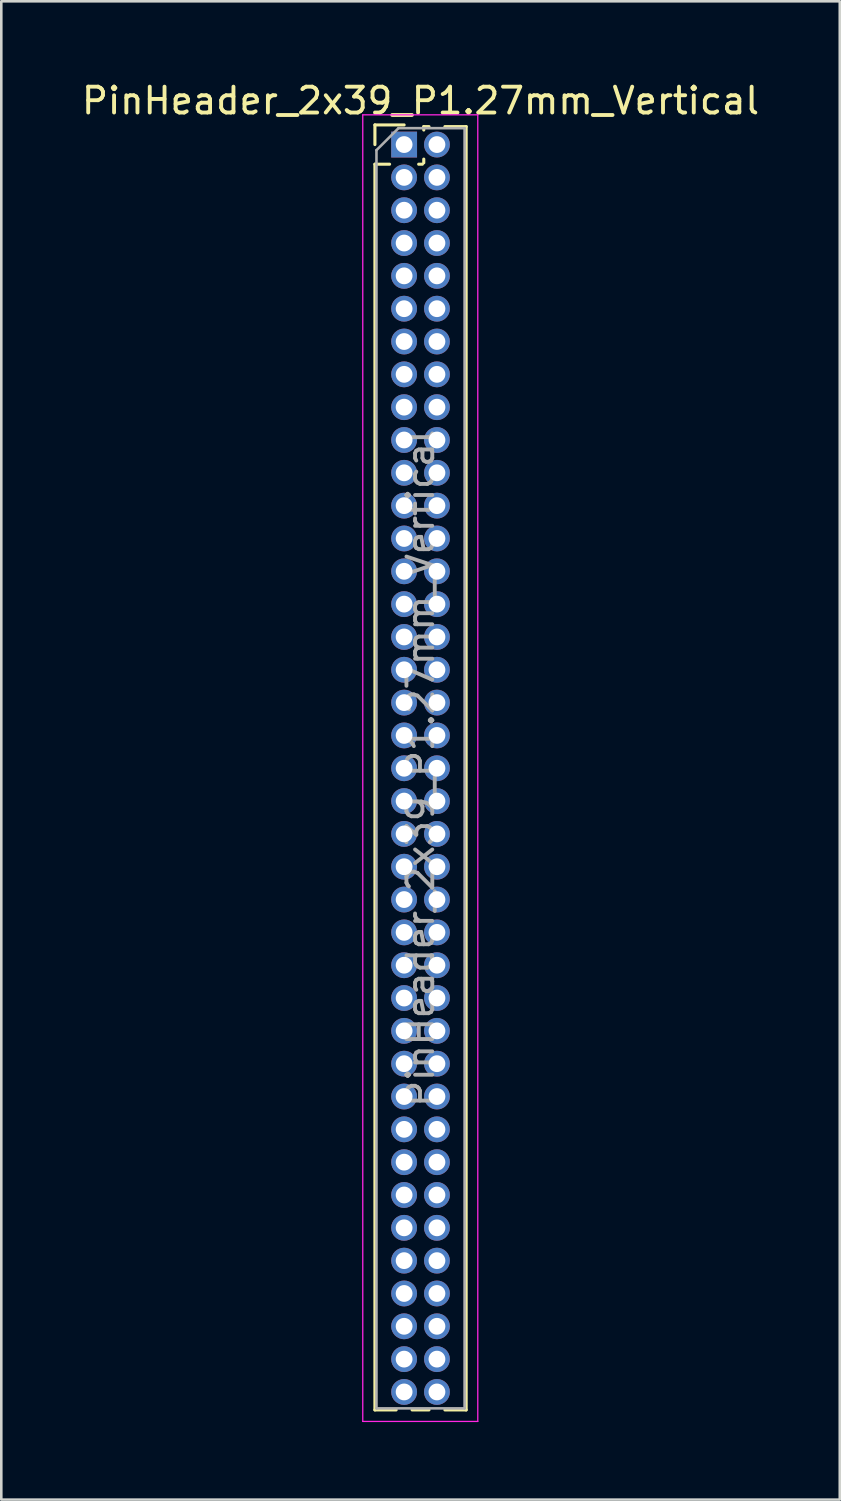
<source format=kicad_pcb>
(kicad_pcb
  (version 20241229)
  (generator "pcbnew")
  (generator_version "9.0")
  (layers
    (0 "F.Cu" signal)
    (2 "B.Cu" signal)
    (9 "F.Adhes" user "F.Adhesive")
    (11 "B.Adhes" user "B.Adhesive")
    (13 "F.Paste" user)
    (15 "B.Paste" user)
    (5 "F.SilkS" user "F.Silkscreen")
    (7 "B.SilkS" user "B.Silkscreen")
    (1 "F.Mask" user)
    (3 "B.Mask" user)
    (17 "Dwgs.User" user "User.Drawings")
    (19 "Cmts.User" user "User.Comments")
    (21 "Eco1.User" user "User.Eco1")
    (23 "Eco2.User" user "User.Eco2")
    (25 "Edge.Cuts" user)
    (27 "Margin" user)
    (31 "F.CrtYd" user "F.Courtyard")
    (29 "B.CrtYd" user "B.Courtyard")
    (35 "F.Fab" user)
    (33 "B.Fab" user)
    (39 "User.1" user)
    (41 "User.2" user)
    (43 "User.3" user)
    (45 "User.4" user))
  (footprint "PinHeader_2x39_P1.27mm_Vertical"
    (layer "F.Cu")
    (at 12.585 2.543)
    (property "Reference" "PinHeader_2x39_P1.27mm_Vertical" (at 0.635 -1.695 0) (layer "F.SilkS") (effects (font (size 1 1) (thickness 0.15))))
    (attr through_hole)
    (fp_line (start -1.13 -0.76) (end 0 -0.76) (stroke (width 0.12) (type solid)) (layer "F.SilkS"))
    (fp_line (start -1.13 0) (end -1.13 -0.76) (stroke (width 0.12) (type solid)) (layer "F.SilkS"))
    (fp_line (start -1.13 0.76) (end -1.13 48.955) (stroke (width 0.12) (type solid)) (layer "F.SilkS"))
    (fp_line (start -1.13 0.76) (end -0.563 0.76) (stroke (width 0.12) (type solid)) (layer "F.SilkS"))
    (fp_line (start -1.13 48.955) (end -0.308 48.955) (stroke (width 0.12) (type solid)) (layer "F.SilkS"))
    (fp_line (start 0.308 48.955) (end 0.962 48.955) (stroke (width 0.12) (type solid)) (layer "F.SilkS"))
    (fp_line (start 0.563 0.76) (end 0.707 0.76) (stroke (width 0.12) (type solid)) (layer "F.SilkS"))
    (fp_line (start 0.76 -0.695) (end 0.962 -0.695) (stroke (width 0.12) (type solid)) (layer "F.SilkS"))
    (fp_line (start 0.76 -0.563) (end 0.76 -0.695) (stroke (width 0.12) (type solid)) (layer "F.SilkS"))
    (fp_line (start 0.76 0.707) (end 0.76 0.563) (stroke (width 0.12) (type solid)) (layer "F.SilkS"))
    (fp_line (start 1.578 -0.695) (end 2.4 -0.695) (stroke (width 0.12) (type solid)) (layer "F.SilkS"))
    (fp_line (start 1.578 48.955) (end 2.4 48.955) (stroke (width 0.12) (type solid)) (layer "F.SilkS"))
    (fp_line (start 2.4 -0.695) (end 2.4 48.955) (stroke (width 0.12) (type solid)) (layer "F.SilkS"))
    (fp_line (start -1.6 -1.15) (end -1.6 49.4) (stroke (width 0.05) (type solid)) (layer "F.CrtYd"))
    (fp_line (start -1.6 49.4) (end 2.85 49.4) (stroke (width 0.05) (type solid)) (layer "F.CrtYd"))
    (fp_line (start 2.85 -1.15) (end -1.6 -1.15) (stroke (width 0.05) (type solid)) (layer "F.CrtYd"))
    (fp_line (start 2.85 49.4) (end 2.85 -1.15) (stroke (width 0.05) (type solid)) (layer "F.CrtYd"))
    (fp_line (start -1.07 0.217) (end -0.217 -0.635) (stroke (width 0.1) (type solid)) (layer "F.Fab"))
    (fp_line (start -1.07 48.895) (end -1.07 0.217) (stroke (width 0.1) (type solid)) (layer "F.Fab"))
    (fp_line (start -0.217 -0.635) (end 2.34 -0.635) (stroke (width 0.1) (type solid)) (layer "F.Fab"))
    (fp_line (start 2.34 -0.635) (end 2.34 48.895) (stroke (width 0.1) (type solid)) (layer "F.Fab"))
    (fp_line (start 2.34 48.895) (end -1.07 48.895) (stroke (width 0.1) (type solid)) (layer "F.Fab"))
    (fp_text user "${REFERENCE}" (at 0.635 24.13 90) (layer "F.Fab") (effects (font (size 1 1) (thickness 0.15))))
    (pad "1" thru_hole rect (at 0 0) (size 1 1) (drill 0.65) (layers "*.Cu" "*.Mask"))
    (pad "2" thru_hole oval (at 1.27 0) (size 1 1) (drill 0.65) (layers "*.Cu" "*.Mask"))
    (pad "3" thru_hole oval (at 0 1.27) (size 1 1) (drill 0.65) (layers "*.Cu" "*.Mask"))
    (pad "4" thru_hole oval (at 1.27 1.27) (size 1 1) (drill 0.65) (layers "*.Cu" "*.Mask"))
    (pad "5" thru_hole oval (at 0 2.54) (size 1 1) (drill 0.65) (layers "*.Cu" "*.Mask"))
    (pad "6" thru_hole oval (at 1.27 2.54) (size 1 1) (drill 0.65) (layers "*.Cu" "*.Mask"))
    (pad "7" thru_hole oval (at 0 3.81) (size 1 1) (drill 0.65) (layers "*.Cu" "*.Mask"))
    (pad "8" thru_hole oval (at 1.27 3.81) (size 1 1) (drill 0.65) (layers "*.Cu" "*.Mask"))
    (pad "9" thru_hole oval (at 0 5.08) (size 1 1) (drill 0.65) (layers "*.Cu" "*.Mask"))
    (pad "10" thru_hole oval (at 1.27 5.08) (size 1 1) (drill 0.65) (layers "*.Cu" "*.Mask"))
    (pad "11" thru_hole oval (at 0 6.35) (size 1 1) (drill 0.65) (layers "*.Cu" "*.Mask"))
    (pad "12" thru_hole oval (at 1.27 6.35) (size 1 1) (drill 0.65) (layers "*.Cu" "*.Mask"))
    (pad "13" thru_hole oval (at 0 7.62) (size 1 1) (drill 0.65) (layers "*.Cu" "*.Mask"))
    (pad "14" thru_hole oval (at 1.27 7.62) (size 1 1) (drill 0.65) (layers "*.Cu" "*.Mask"))
    (pad "15" thru_hole oval (at 0 8.89) (size 1 1) (drill 0.65) (layers "*.Cu" "*.Mask"))
    (pad "16" thru_hole oval (at 1.27 8.89) (size 1 1) (drill 0.65) (layers "*.Cu" "*.Mask"))
    (pad "17" thru_hole oval (at 0 10.16) (size 1 1) (drill 0.65) (layers "*.Cu" "*.Mask"))
    (pad "18" thru_hole oval (at 1.27 10.16) (size 1 1) (drill 0.65) (layers "*.Cu" "*.Mask"))
    (pad "19" thru_hole oval (at 0 11.43) (size 1 1) (drill 0.65) (layers "*.Cu" "*.Mask"))
    (pad "20" thru_hole oval (at 1.27 11.43) (size 1 1) (drill 0.65) (layers "*.Cu" "*.Mask"))
    (pad "21" thru_hole oval (at 0 12.7) (size 1 1) (drill 0.65) (layers "*.Cu" "*.Mask"))
    (pad "22" thru_hole oval (at 1.27 12.7) (size 1 1) (drill 0.65) (layers "*.Cu" "*.Mask"))
    (pad "23" thru_hole oval (at 0 13.97) (size 1 1) (drill 0.65) (layers "*.Cu" "*.Mask"))
    (pad "24" thru_hole oval (at 1.27 13.97) (size 1 1) (drill 0.65) (layers "*.Cu" "*.Mask"))
    (pad "25" thru_hole oval (at 0 15.24) (size 1 1) (drill 0.65) (layers "*.Cu" "*.Mask"))
    (pad "26" thru_hole oval (at 1.27 15.24) (size 1 1) (drill 0.65) (layers "*.Cu" "*.Mask"))
    (pad "27" thru_hole oval (at 0 16.51) (size 1 1) (drill 0.65) (layers "*.Cu" "*.Mask"))
    (pad "28" thru_hole oval (at 1.27 16.51) (size 1 1) (drill 0.65) (layers "*.Cu" "*.Mask"))
    (pad "29" thru_hole oval (at 0 17.78) (size 1 1) (drill 0.65) (layers "*.Cu" "*.Mask"))
    (pad "30" thru_hole oval (at 1.27 17.78) (size 1 1) (drill 0.65) (layers "*.Cu" "*.Mask"))
    (pad "31" thru_hole oval (at 0 19.05) (size 1 1) (drill 0.65) (layers "*.Cu" "*.Mask"))
    (pad "32" thru_hole oval (at 1.27 19.05) (size 1 1) (drill 0.65) (layers "*.Cu" "*.Mask"))
    (pad "33" thru_hole oval (at 0 20.32) (size 1 1) (drill 0.65) (layers "*.Cu" "*.Mask"))
    (pad "34" thru_hole oval (at 1.27 20.32) (size 1 1) (drill 0.65) (layers "*.Cu" "*.Mask"))
    (pad "35" thru_hole oval (at 0 21.59) (size 1 1) (drill 0.65) (layers "*.Cu" "*.Mask"))
    (pad "36" thru_hole oval (at 1.27 21.59) (size 1 1) (drill 0.65) (layers "*.Cu" "*.Mask"))
    (pad "37" thru_hole oval (at 0 22.86) (size 1 1) (drill 0.65) (layers "*.Cu" "*.Mask"))
    (pad "38" thru_hole oval (at 1.27 22.86) (size 1 1) (drill 0.65) (layers "*.Cu" "*.Mask"))
    (pad "39" thru_hole oval (at 0 24.13) (size 1 1) (drill 0.65) (layers "*.Cu" "*.Mask"))
    (pad "40" thru_hole oval (at 1.27 24.13) (size 1 1) (drill 0.65) (layers "*.Cu" "*.Mask"))
    (pad "41" thru_hole oval (at 0 25.4) (size 1 1) (drill 0.65) (layers "*.Cu" "*.Mask"))
    (pad "42" thru_hole oval (at 1.27 25.4) (size 1 1) (drill 0.65) (layers "*.Cu" "*.Mask"))
    (pad "43" thru_hole oval (at 0 26.67) (size 1 1) (drill 0.65) (layers "*.Cu" "*.Mask"))
    (pad "44" thru_hole oval (at 1.27 26.67) (size 1 1) (drill 0.65) (layers "*.Cu" "*.Mask"))
    (pad "45" thru_hole oval (at 0 27.94) (size 1 1) (drill 0.65) (layers "*.Cu" "*.Mask"))
    (pad "46" thru_hole oval (at 1.27 27.94) (size 1 1) (drill 0.65) (layers "*.Cu" "*.Mask"))
    (pad "47" thru_hole oval (at 0 29.21) (size 1 1) (drill 0.65) (layers "*.Cu" "*.Mask"))
    (pad "48" thru_hole oval (at 1.27 29.21) (size 1 1) (drill 0.65) (layers "*.Cu" "*.Mask"))
    (pad "49" thru_hole oval (at 0 30.48) (size 1 1) (drill 0.65) (layers "*.Cu" "*.Mask"))
    (pad "50" thru_hole oval (at 1.27 30.48) (size 1 1) (drill 0.65) (layers "*.Cu" "*.Mask"))
    (pad "51" thru_hole oval (at 0 31.75) (size 1 1) (drill 0.65) (layers "*.Cu" "*.Mask"))
    (pad "52" thru_hole oval (at 1.27 31.75) (size 1 1) (drill 0.65) (layers "*.Cu" "*.Mask"))
    (pad "53" thru_hole oval (at 0 33.02) (size 1 1) (drill 0.65) (layers "*.Cu" "*.Mask"))
    (pad "54" thru_hole oval (at 1.27 33.02) (size 1 1) (drill 0.65) (layers "*.Cu" "*.Mask"))
    (pad "55" thru_hole oval (at 0 34.29) (size 1 1) (drill 0.65) (layers "*.Cu" "*.Mask"))
    (pad "56" thru_hole oval (at 1.27 34.29) (size 1 1) (drill 0.65) (layers "*.Cu" "*.Mask"))
    (pad "57" thru_hole oval (at 0 35.56) (size 1 1) (drill 0.65) (layers "*.Cu" "*.Mask"))
    (pad "58" thru_hole oval (at 1.27 35.56) (size 1 1) (drill 0.65) (layers "*.Cu" "*.Mask"))
    (pad "59" thru_hole oval (at 0 36.83) (size 1 1) (drill 0.65) (layers "*.Cu" "*.Mask"))
    (pad "60" thru_hole oval (at 1.27 36.83) (size 1 1) (drill 0.65) (layers "*.Cu" "*.Mask"))
    (pad "61" thru_hole oval (at 0 38.1) (size 1 1) (drill 0.65) (layers "*.Cu" "*.Mask"))
    (pad "62" thru_hole oval (at 1.27 38.1) (size 1 1) (drill 0.65) (layers "*.Cu" "*.Mask"))
    (pad "63" thru_hole oval (at 0 39.37) (size 1 1) (drill 0.65) (layers "*.Cu" "*.Mask"))
    (pad "64" thru_hole oval (at 1.27 39.37) (size 1 1) (drill 0.65) (layers "*.Cu" "*.Mask"))
    (pad "65" thru_hole oval (at 0 40.64) (size 1 1) (drill 0.65) (layers "*.Cu" "*.Mask"))
    (pad "66" thru_hole oval (at 1.27 40.64) (size 1 1) (drill 0.65) (layers "*.Cu" "*.Mask"))
    (pad "67" thru_hole oval (at 0 41.91) (size 1 1) (drill 0.65) (layers "*.Cu" "*.Mask"))
    (pad "68" thru_hole oval (at 1.27 41.91) (size 1 1) (drill 0.65) (layers "*.Cu" "*.Mask"))
    (pad "69" thru_hole oval (at 0 43.18) (size 1 1) (drill 0.65) (layers "*.Cu" "*.Mask"))
    (pad "70" thru_hole oval (at 1.27 43.18) (size 1 1) (drill 0.65) (layers "*.Cu" "*.Mask"))
    (pad "71" thru_hole oval (at 0 44.45) (size 1 1) (drill 0.65) (layers "*.Cu" "*.Mask"))
    (pad "72" thru_hole oval (at 1.27 44.45) (size 1 1) (drill 0.65) (layers "*.Cu" "*.Mask"))
    (pad "73" thru_hole oval (at 0 45.72) (size 1 1) (drill 0.65) (layers "*.Cu" "*.Mask"))
    (pad "74" thru_hole oval (at 1.27 45.72) (size 1 1) (drill 0.65) (layers "*.Cu" "*.Mask"))
    (pad "75" thru_hole oval (at 0 46.99) (size 1 1) (drill 0.65) (layers "*.Cu" "*.Mask"))
    (pad "76" thru_hole oval (at 1.27 46.99) (size 1 1) (drill 0.65) (layers "*.Cu" "*.Mask"))
    (pad "77" thru_hole oval (at 0 48.26) (size 1 1) (drill 0.65) (layers "*.Cu" "*.Mask"))
    (pad "78" thru_hole oval (at 1.27 48.26) (size 1 1) (drill 0.65) (layers "*.Cu" "*.Mask")))
  (gr_rect
    (start -3 -3)
    (end 29.44 54.968)
    (stroke (width 0.1) (type default))
    (fill no)
    (layer "Edge.Cuts")))
</source>
